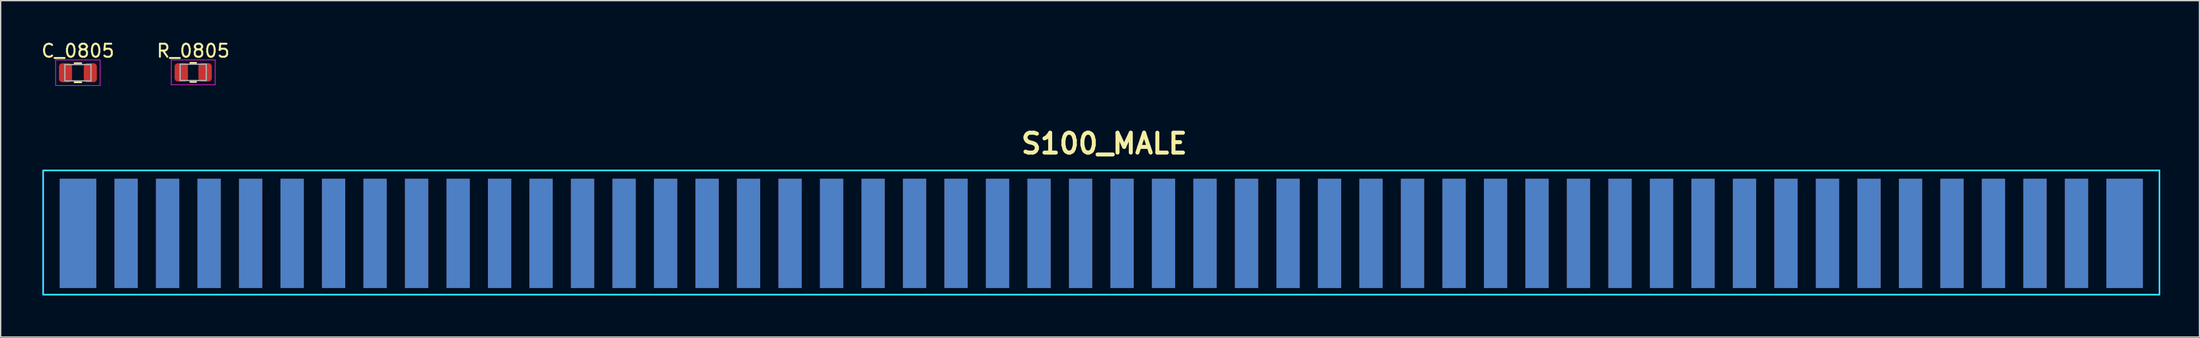
<source format=kicad_pcb>
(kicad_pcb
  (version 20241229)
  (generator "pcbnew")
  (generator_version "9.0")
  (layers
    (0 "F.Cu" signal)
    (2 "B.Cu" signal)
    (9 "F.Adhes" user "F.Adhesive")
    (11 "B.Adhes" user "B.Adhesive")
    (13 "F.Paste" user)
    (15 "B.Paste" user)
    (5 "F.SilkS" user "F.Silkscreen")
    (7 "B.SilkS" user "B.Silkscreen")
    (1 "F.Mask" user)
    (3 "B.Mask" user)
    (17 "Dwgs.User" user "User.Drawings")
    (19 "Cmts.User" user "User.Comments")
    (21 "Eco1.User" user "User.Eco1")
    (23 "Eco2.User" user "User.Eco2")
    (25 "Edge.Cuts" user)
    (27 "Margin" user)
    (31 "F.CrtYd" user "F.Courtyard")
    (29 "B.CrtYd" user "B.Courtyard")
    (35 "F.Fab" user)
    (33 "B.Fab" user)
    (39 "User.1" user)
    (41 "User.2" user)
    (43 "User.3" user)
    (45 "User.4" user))
  (footprint "R_0805"
    (layer "F.Cu")
    (at 11.732 2.498)
    (property "Reference" "R_0805" (at 0 -1.65 0) (layer "F.SilkS") (effects (font (size 1 1) (thickness 0.15))))
    (attr smd)
    (fp_line (start -0.227 -0.735) (end 0.227 -0.735) (stroke (width 0.12) (type solid)) (layer "F.SilkS"))
    (fp_line (start -0.227 0.735) (end 0.227 0.735) (stroke (width 0.12) (type solid)) (layer "F.SilkS"))
    (fp_line (start -1.68 -0.95) (end 1.68 -0.95) (stroke (width 0.05) (type solid)) (layer "F.CrtYd"))
    (fp_line (start -1.68 0.95) (end -1.68 -0.95) (stroke (width 0.05) (type solid)) (layer "F.CrtYd"))
    (fp_line (start 1.68 -0.95) (end 1.68 0.95) (stroke (width 0.05) (type solid)) (layer "F.CrtYd"))
    (fp_line (start 1.68 0.95) (end -1.68 0.95) (stroke (width 0.05) (type solid)) (layer "F.CrtYd"))
    (fp_line (start -1 -0.625) (end 1 -0.625) (stroke (width 0.1) (type solid)) (layer "F.Fab"))
    (fp_line (start -1 0.625) (end -1 -0.625) (stroke (width 0.1) (type solid)) (layer "F.Fab"))
    (fp_line (start 1 -0.625) (end 1 0.625) (stroke (width 0.1) (type solid)) (layer "F.Fab"))
    (fp_line (start 1 0.625) (end -1 0.625) (stroke (width 0.1) (type solid)) (layer "F.Fab"))
    (pad "1" smd roundrect (at -0.912 0) (size 1.025 1.4) (layers "F.Cu" "F.Mask" "F.Paste") (roundrect_rratio 0.244))
    (pad "2" smd roundrect (at 0.912 0) (size 1.025 1.4) (layers "F.Cu" "F.Mask" "F.Paste") (roundrect_rratio 0.244)))
  (footprint "S100_MALE"
    (layer "F.Cu")
    (at 0.25 19.542)
    (property "Reference" "S100_MALE" (at 81.186 -11.582 0) (layer "F.SilkS") (effects (font (size 1.524 1.524) (thickness 0.305))))
    (attr through_hole)
    (fp_rect (start 0 -9.525) (end 161.925 0) (stroke (width 0.12) (type default)) (fill no) (layer "B.CrtYd"))
    (fp_rect (start 0 -9.525) (end 161.925 0) (stroke (width 0.12) (type default)) (fill no) (layer "F.CrtYd"))
    (pad "1" connect rect (at 2.667 -4.699) (size 2.794 8.382) (layers "F.Cu" "F.Mask" "Eco1.User"))
    (pad "2" connect rect (at 6.35 -4.699) (size 1.778 8.382) (layers "F.Cu" "F.Mask" "Eco1.User"))
    (pad "3" connect rect (at 9.525 -4.699) (size 1.778 8.382) (layers "F.Cu" "F.Mask" "Eco1.User"))
    (pad "4" connect rect (at 12.7 -4.699) (size 1.778 8.382) (layers "F.Cu" "F.Mask" "Eco1.User"))
    (pad "5" connect rect (at 15.875 -4.699) (size 1.778 8.382) (layers "F.Cu" "F.Mask" "Eco1.User"))
    (pad "6" connect rect (at 19.05 -4.699) (size 1.778 8.382) (layers "F.Cu" "F.Mask" "Eco1.User"))
    (pad "7" connect rect (at 22.225 -4.699) (size 1.778 8.382) (layers "F.Cu" "F.Mask" "Eco1.User"))
    (pad "8" connect rect (at 25.4 -4.699) (size 1.778 8.382) (layers "F.Cu" "F.Mask" "Eco1.User"))
    (pad "9" connect rect (at 28.575 -4.699) (size 1.778 8.382) (layers "F.Cu" "F.Mask" "Eco1.User"))
    (pad "10" connect rect (at 31.75 -4.699) (size 1.778 8.382) (layers "F.Cu" "F.Mask" "Eco1.User"))
    (pad "11" connect rect (at 34.925 -4.699) (size 1.778 8.382) (layers "F.Cu" "F.Mask" "Eco1.User"))
    (pad "12" connect rect (at 38.1 -4.699) (size 1.778 8.382) (layers "F.Cu" "F.Mask" "Eco1.User"))
    (pad "13" connect rect (at 41.275 -4.699) (size 1.778 8.382) (layers "F.Cu" "F.Mask" "Eco1.User"))
    (pad "14" connect rect (at 44.45 -4.699) (size 1.778 8.382) (layers "F.Cu" "F.Mask" "Eco1.User"))
    (pad "15" connect rect (at 47.625 -4.699) (size 1.778 8.382) (layers "F.Cu" "F.Mask" "Eco1.User"))
    (pad "16" connect rect (at 50.8 -4.699) (size 1.778 8.382) (layers "F.Cu" "F.Mask" "Eco1.User"))
    (pad "17" connect rect (at 53.975 -4.699) (size 1.778 8.382) (layers "F.Cu" "F.Mask" "Eco1.User"))
    (pad "18" connect rect (at 57.15 -4.699) (size 1.778 8.382) (layers "F.Cu" "F.Mask" "Eco1.User"))
    (pad "19" connect rect (at 60.325 -4.699) (size 1.778 8.382) (layers "F.Cu" "F.Mask" "Eco1.User"))
    (pad "20" connect rect (at 63.5 -4.699) (size 1.778 8.382) (layers "F.Cu" "F.Mask" "Eco1.User"))
    (pad "21" connect rect (at 66.675 -4.699) (size 1.778 8.382) (layers "F.Cu" "F.Mask" "Eco1.User"))
    (pad "22" connect rect (at 69.85 -4.699) (size 1.778 8.382) (layers "F.Cu" "F.Mask" "Eco1.User"))
    (pad "23" connect rect (at 73.025 -4.699) (size 1.778 8.382) (layers "F.Cu" "F.Mask" "Eco1.User"))
    (pad "24" connect rect (at 76.2 -4.699) (size 1.778 8.382) (layers "F.Cu" "F.Mask" "Eco1.User"))
    (pad "25" connect rect (at 79.375 -4.699) (size 1.778 8.382) (layers "F.Cu" "F.Mask" "Eco1.User"))
    (pad "26" connect rect (at 82.55 -4.699) (size 1.778 8.382) (layers "F.Cu" "F.Mask" "Eco1.User"))
    (pad "27" connect rect (at 85.725 -4.699) (size 1.778 8.382) (layers "F.Cu" "F.Mask" "Eco1.User"))
    (pad "28" connect rect (at 88.9 -4.699) (size 1.778 8.382) (layers "F.Cu" "F.Mask" "Eco1.User"))
    (pad "29" connect rect (at 92.075 -4.699) (size 1.778 8.382) (layers "F.Cu" "F.Mask" "Eco1.User"))
    (pad "30" connect rect (at 95.25 -4.699) (size 1.778 8.382) (layers "F.Cu" "F.Mask" "Eco1.User"))
    (pad "31" connect rect (at 98.425 -4.699) (size 1.778 8.382) (layers "F.Cu" "F.Mask" "Eco1.User"))
    (pad "32" connect rect (at 101.6 -4.699) (size 1.778 8.382) (layers "F.Cu" "F.Mask" "Eco1.User"))
    (pad "33" connect rect (at 104.775 -4.699) (size 1.778 8.382) (layers "F.Cu" "F.Mask" "Eco1.User"))
    (pad "34" connect rect (at 107.95 -4.699) (size 1.778 8.382) (layers "F.Cu" "F.Mask" "Eco1.User"))
    (pad "35" connect rect (at 111.125 -4.699) (size 1.778 8.382) (layers "F.Cu" "F.Mask" "Eco1.User"))
    (pad "36" connect rect (at 114.3 -4.699) (size 1.778 8.382) (layers "F.Cu" "F.Mask" "Eco1.User"))
    (pad "37" connect rect (at 117.475 -4.699) (size 1.778 8.382) (layers "F.Cu" "F.Mask" "Eco1.User"))
    (pad "38" connect rect (at 120.65 -4.699) (size 1.778 8.382) (layers "F.Cu" "F.Mask" "Eco1.User"))
    (pad "39" connect rect (at 123.825 -4.699) (size 1.778 8.382) (layers "F.Cu" "F.Mask" "Eco1.User"))
    (pad "40" connect rect (at 127 -4.699) (size 1.778 8.382) (layers "F.Cu" "F.Mask" "Eco1.User"))
    (pad "41" connect rect (at 130.175 -4.699) (size 1.778 8.382) (layers "F.Cu" "F.Mask" "Eco1.User"))
    (pad "42" connect rect (at 133.35 -4.699) (size 1.778 8.382) (layers "F.Cu" "F.Mask" "Eco1.User"))
    (pad "43" connect rect (at 136.525 -4.699) (size 1.778 8.382) (layers "F.Cu" "F.Mask" "Eco1.User"))
    (pad "44" connect rect (at 139.7 -4.699) (size 1.778 8.382) (layers "F.Cu" "F.Mask" "Eco1.User"))
    (pad "45" connect rect (at 142.875 -4.699) (size 1.778 8.382) (layers "F.Cu" "F.Mask" "Eco1.User"))
    (pad "46" connect rect (at 146.05 -4.699) (size 1.778 8.382) (layers "F.Cu" "F.Mask" "Eco1.User"))
    (pad "47" connect rect (at 149.225 -4.699) (size 1.778 8.382) (layers "F.Cu" "F.Mask" "Eco1.User"))
    (pad "48" connect rect (at 152.4 -4.699) (size 1.778 8.382) (layers "F.Cu" "F.Mask" "Eco1.User"))
    (pad "49" connect rect (at 155.575 -4.699) (size 1.778 8.382) (layers "F.Cu" "F.Mask" "Eco1.User"))
    (pad "50" connect rect (at 159.258 -4.699) (size 2.794 8.382) (layers "F.Cu" "F.Mask" "Eco1.User"))
    (pad "51" connect rect (at 2.667 -4.699) (size 2.794 8.382) (layers "B.Cu" "B.Mask" "Eco2.User"))
    (pad "52" connect rect (at 6.35 -4.699) (size 1.778 8.382) (layers "B.Cu" "B.Mask" "Eco2.User"))
    (pad "53" connect rect (at 9.525 -4.699) (size 1.778 8.382) (layers "B.Cu" "B.Mask" "Eco2.User"))
    (pad "54" connect rect (at 12.7 -4.699) (size 1.778 8.382) (layers "B.Cu" "B.Mask" "Eco2.User"))
    (pad "55" connect rect (at 15.875 -4.699) (size 1.778 8.382) (layers "B.Cu" "B.Mask" "Eco2.User"))
    (pad "56" connect rect (at 19.05 -4.699) (size 1.778 8.382) (layers "B.Cu" "B.Mask" "Eco2.User"))
    (pad "57" connect rect (at 22.225 -4.699) (size 1.778 8.382) (layers "B.Cu" "B.Mask" "Eco2.User"))
    (pad "58" connect rect (at 25.4 -4.699) (size 1.778 8.382) (layers "B.Cu" "B.Mask" "Eco2.User"))
    (pad "59" connect rect (at 28.575 -4.699) (size 1.778 8.382) (layers "B.Cu" "B.Mask" "Eco2.User"))
    (pad "60" connect rect (at 31.75 -4.699) (size 1.778 8.382) (layers "B.Cu" "B.Mask" "Eco2.User"))
    (pad "61" connect rect (at 34.925 -4.699) (size 1.778 8.382) (layers "B.Cu" "B.Mask" "Eco2.User"))
    (pad "62" connect rect (at 38.1 -4.699) (size 1.778 8.382) (layers "B.Cu" "B.Mask" "Eco2.User"))
    (pad "63" connect rect (at 41.275 -4.699) (size 1.778 8.382) (layers "B.Cu" "B.Mask" "Eco2.User"))
    (pad "64" connect rect (at 44.45 -4.699) (size 1.778 8.382) (layers "B.Cu" "B.Mask" "Eco2.User"))
    (pad "65" connect rect (at 47.625 -4.699) (size 1.778 8.382) (layers "B.Cu" "B.Mask" "Eco2.User"))
    (pad "66" connect rect (at 50.8 -4.699) (size 1.778 8.382) (layers "B.Cu" "B.Mask" "Eco2.User"))
    (pad "67" connect rect (at 53.975 -4.699) (size 1.778 8.382) (layers "B.Cu" "B.Mask" "Eco2.User"))
    (pad "68" connect rect (at 57.15 -4.699) (size 1.778 8.382) (layers "B.Cu" "B.Mask" "Eco2.User"))
    (pad "69" connect rect (at 60.325 -4.699) (size 1.778 8.382) (layers "B.Cu" "B.Mask" "Eco2.User"))
    (pad "70" connect rect (at 63.5 -4.699) (size 1.778 8.382) (layers "B.Cu" "B.Mask" "Eco2.User"))
    (pad "71" connect rect (at 66.675 -4.699) (size 1.778 8.382) (layers "B.Cu" "B.Mask" "Eco2.User"))
    (pad "72" connect rect (at 69.85 -4.699) (size 1.778 8.382) (layers "B.Cu" "B.Mask" "Eco2.User"))
    (pad "73" connect rect (at 73.025 -4.699) (size 1.778 8.382) (layers "B.Cu" "B.Mask" "Eco2.User"))
    (pad "74" connect rect (at 76.2 -4.699) (size 1.778 8.382) (layers "B.Cu" "B.Mask" "Eco2.User"))
    (pad "75" connect rect (at 79.375 -4.699) (size 1.778 8.382) (layers "B.Cu" "B.Mask" "Eco2.User"))
    (pad "76" connect rect (at 82.55 -4.699) (size 1.778 8.382) (layers "B.Cu" "B.Mask" "Eco2.User"))
    (pad "77" connect rect (at 85.725 -4.699) (size 1.778 8.382) (layers "B.Cu" "B.Mask" "Eco2.User"))
    (pad "78" connect rect (at 88.9 -4.699) (size 1.778 8.382) (layers "B.Cu" "B.Mask" "Eco2.User"))
    (pad "79" connect rect (at 92.075 -4.699) (size 1.778 8.382) (layers "B.Cu" "B.Mask" "Eco2.User"))
    (pad "80" connect rect (at 95.25 -4.699) (size 1.778 8.382) (layers "B.Cu" "B.Mask" "Eco2.User"))
    (pad "81" connect rect (at 98.425 -4.699) (size 1.778 8.382) (layers "B.Cu" "B.Mask" "Eco2.User"))
    (pad "82" connect rect (at 101.6 -4.699) (size 1.778 8.382) (layers "B.Cu" "B.Mask" "Eco2.User"))
    (pad "83" connect rect (at 104.775 -4.699) (size 1.778 8.382) (layers "B.Cu" "B.Mask" "Eco2.User"))
    (pad "84" connect rect (at 107.95 -4.699) (size 1.778 8.382) (layers "B.Cu" "B.Mask" "Eco2.User"))
    (pad "85" connect rect (at 111.125 -4.699) (size 1.778 8.382) (layers "B.Cu" "B.Mask" "Eco2.User"))
    (pad "86" connect rect (at 114.3 -4.699) (size 1.778 8.382) (layers "B.Cu" "B.Mask" "Eco2.User"))
    (pad "87" connect rect (at 117.475 -4.699) (size 1.778 8.382) (layers "B.Cu" "B.Mask" "Eco2.User"))
    (pad "88" connect rect (at 120.65 -4.699) (size 1.778 8.382) (layers "B.Cu" "B.Mask" "Eco2.User"))
    (pad "89" connect rect (at 123.825 -4.699) (size 1.778 8.382) (layers "B.Cu" "B.Mask" "Eco2.User"))
    (pad "90" connect rect (at 127 -4.699) (size 1.778 8.382) (layers "B.Cu" "B.Mask" "Eco2.User"))
    (pad "91" connect rect (at 130.175 -4.699) (size 1.778 8.382) (layers "B.Cu" "B.Mask" "Eco2.User"))
    (pad "92" connect rect (at 133.35 -4.699) (size 1.778 8.382) (layers "B.Cu" "B.Mask" "Eco2.User"))
    (pad "93" connect rect (at 136.525 -4.699) (size 1.778 8.382) (layers "B.Cu" "B.Mask" "Eco2.User"))
    (pad "94" connect rect (at 139.7 -4.699) (size 1.778 8.382) (layers "B.Cu" "B.Mask" "Eco2.User"))
    (pad "95" connect rect (at 142.875 -4.699) (size 1.778 8.382) (layers "B.Cu" "B.Mask" "Eco2.User"))
    (pad "96" connect rect (at 146.05 -4.699) (size 1.778 8.382) (layers "B.Cu" "B.Mask" "Eco2.User"))
    (pad "97" connect rect (at 149.225 -4.699) (size 1.778 8.382) (layers "B.Cu" "B.Mask" "Eco2.User"))
    (pad "98" connect rect (at 152.4 -4.699) (size 1.778 8.382) (layers "B.Cu" "B.Mask" "Eco2.User"))
    (pad "99" connect rect (at 155.575 -4.699) (size 1.778 8.382) (layers "B.Cu" "B.Mask" "Eco2.User"))
    (pad "100" connect rect (at 159.258 -4.699) (size 2.794 8.382) (layers "B.Cu" "B.Mask" "Eco2.User")))
  (footprint "C_0805"
    (layer "F.Cu")
    (at 2.911 2.528)
    (property "Reference" "C_0805" (at 0 -1.68 0) (layer "F.SilkS") (effects (font (size 1 1) (thickness 0.15))))
    (attr smd)
    (fp_line (start -0.261 -0.735) (end 0.261 -0.735) (stroke (width 0.12) (type solid)) (layer "F.SilkS"))
    (fp_line (start -0.261 0.735) (end 0.261 0.735) (stroke (width 0.12) (type solid)) (layer "F.SilkS"))
    (fp_line (start -1.7 -0.98) (end 1.7 -0.98) (stroke (width 0.05) (type solid)) (layer "F.CrtYd"))
    (fp_line (start -1.7 0.98) (end -1.7 -0.98) (stroke (width 0.05) (type solid)) (layer "F.CrtYd"))
    (fp_line (start 1.7 -0.98) (end 1.7 0.98) (stroke (width 0.05) (type solid)) (layer "F.CrtYd"))
    (fp_line (start 1.7 0.98) (end -1.7 0.98) (stroke (width 0.05) (type solid)) (layer "F.CrtYd"))
    (fp_line (start -1 -0.625) (end 1 -0.625) (stroke (width 0.1) (type solid)) (layer "F.Fab"))
    (fp_line (start -1 0.625) (end -1 -0.625) (stroke (width 0.1) (type solid)) (layer "F.Fab"))
    (fp_line (start 1 -0.625) (end 1 0.625) (stroke (width 0.1) (type solid)) (layer "F.Fab"))
    (fp_line (start 1 0.625) (end -1 0.625) (stroke (width 0.1) (type solid)) (layer "F.Fab"))
    (pad "1" smd roundrect (at -0.95 0) (size 1 1.45) (layers "F.Cu" "F.Mask" "F.Paste") (roundrect_rratio 0.25))
    (pad "2" smd roundrect (at 0.95 0) (size 1 1.45) (layers "F.Cu" "F.Mask" "F.Paste") (roundrect_rratio 0.25)))
  (gr_rect
    (start -3 -3)
    (end 165.235 22.792)
    (stroke (width 0.1) (type default))
    (fill no)
    (layer "Edge.Cuts")))
</source>
